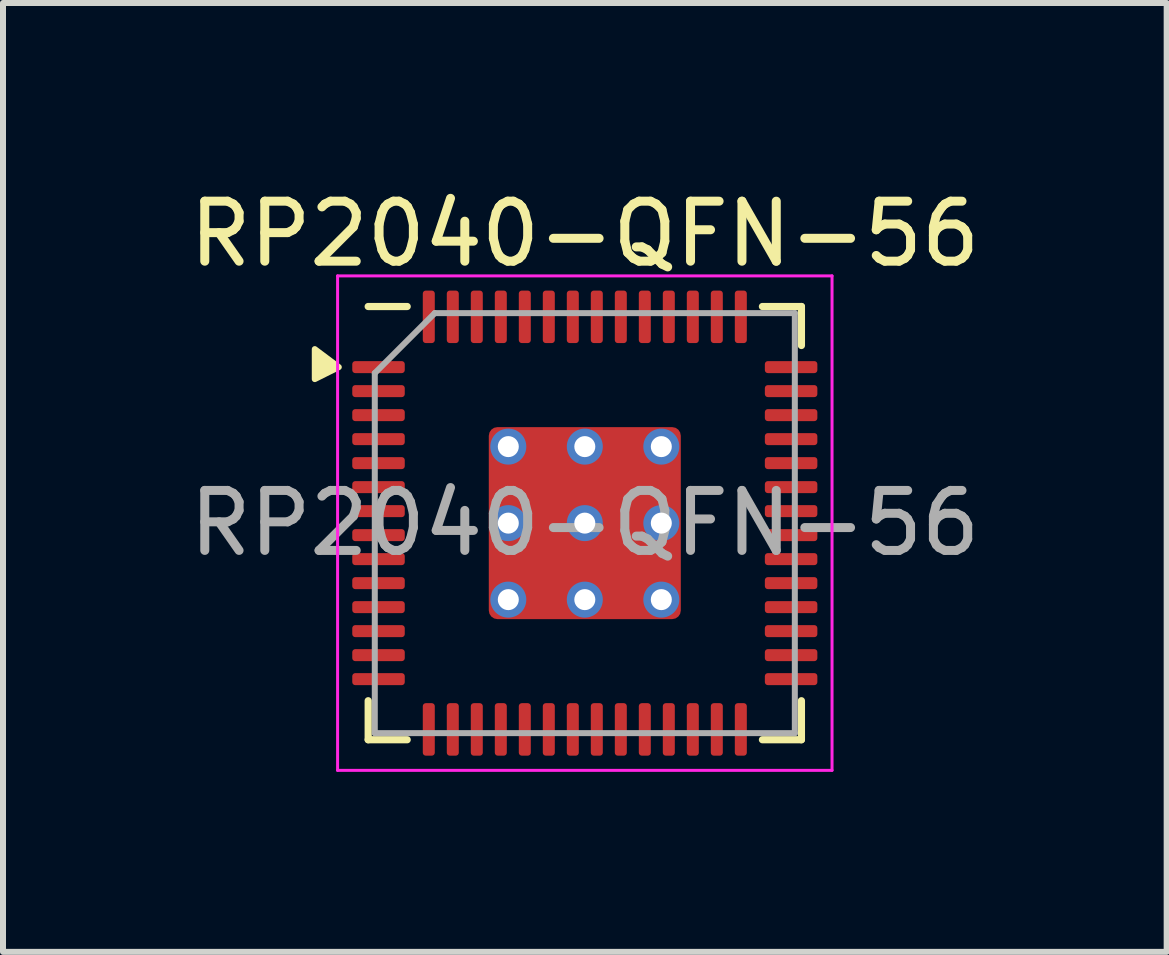
<source format=kicad_pcb>
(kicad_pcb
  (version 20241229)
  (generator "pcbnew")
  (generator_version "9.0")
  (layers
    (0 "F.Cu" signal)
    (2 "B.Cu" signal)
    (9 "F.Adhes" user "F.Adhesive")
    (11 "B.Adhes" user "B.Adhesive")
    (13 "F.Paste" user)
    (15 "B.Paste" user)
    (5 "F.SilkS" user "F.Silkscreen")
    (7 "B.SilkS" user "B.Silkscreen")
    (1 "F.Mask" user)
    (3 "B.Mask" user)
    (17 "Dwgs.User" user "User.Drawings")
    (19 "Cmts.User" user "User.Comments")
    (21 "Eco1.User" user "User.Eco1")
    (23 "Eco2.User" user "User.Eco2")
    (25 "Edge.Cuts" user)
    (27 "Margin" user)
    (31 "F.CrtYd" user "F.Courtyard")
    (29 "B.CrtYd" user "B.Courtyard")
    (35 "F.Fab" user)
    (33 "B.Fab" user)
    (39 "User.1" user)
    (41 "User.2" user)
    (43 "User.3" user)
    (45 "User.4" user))
  (footprint "RP2040-QFN-56"
    (layer "F.Cu")
    (at 6.696 5.668)
    (property "Reference" "RP2040-QFN-56" (at 0 -4.82 0) (layer "F.SilkS") (effects (font (size 1 1) (thickness 0.15))))
    (attr smd)
    (fp_line (start -3.61 3.61) (end -3.61 2.96) (stroke (width 0.12) (type solid)) (layer "F.SilkS"))
    (fp_line (start -2.96 -3.61) (end -3.61 -3.61) (stroke (width 0.12) (type solid)) (layer "F.SilkS"))
    (fp_line (start -2.96 3.61) (end -3.61 3.61) (stroke (width 0.12) (type solid)) (layer "F.SilkS"))
    (fp_line (start 2.96 -3.61) (end 3.61 -3.61) (stroke (width 0.12) (type solid)) (layer "F.SilkS"))
    (fp_line (start 2.96 3.61) (end 3.61 3.61) (stroke (width 0.12) (type solid)) (layer "F.SilkS"))
    (fp_line (start 3.61 -3.61) (end 3.61 -2.96) (stroke (width 0.12) (type solid)) (layer "F.SilkS"))
    (fp_line (start 3.61 3.61) (end 3.61 2.96) (stroke (width 0.12) (type solid)) (layer "F.SilkS"))
    (fp_poly (pts (xy -4.5 -2.9) (xy -4.5 -2.4) (xy -4.1 -2.6)) (stroke (width 0.1) (type solid)) (fill yes) (layer "F.SilkS"))
    (fp_line (start -4.12 -4.12) (end -4.12 4.12) (stroke (width 0.05) (type solid)) (layer "F.CrtYd"))
    (fp_line (start -4.12 4.12) (end 4.12 4.12) (stroke (width 0.05) (type solid)) (layer "F.CrtYd"))
    (fp_line (start 4.12 -4.12) (end -4.12 -4.12) (stroke (width 0.05) (type solid)) (layer "F.CrtYd"))
    (fp_line (start 4.12 4.12) (end 4.12 -4.12) (stroke (width 0.05) (type solid)) (layer "F.CrtYd"))
    (fp_line (start -3.5 -2.5) (end -2.5 -3.5) (stroke (width 0.1) (type solid)) (layer "F.Fab"))
    (fp_line (start -3.5 3.5) (end -3.5 -2.5) (stroke (width 0.1) (type solid)) (layer "F.Fab"))
    (fp_line (start -2.5 -3.5) (end 3.5 -3.5) (stroke (width 0.1) (type solid)) (layer "F.Fab"))
    (fp_line (start 3.5 -3.5) (end 3.5 3.5) (stroke (width 0.1) (type solid)) (layer "F.Fab"))
    (fp_line (start 3.5 3.5) (end -3.5 3.5) (stroke (width 0.1) (type solid)) (layer "F.Fab"))
    (fp_text user "${REFERENCE}" (at 0 0 0) (layer "F.Fab") (effects (font (size 1 1) (thickness 0.15))))
    (pad "" smd roundrect (at -0.637 -0.637) (size 1.084 1.084) (layers "F.Paste") (roundrect_rratio 0.231))
    (pad "" smd roundrect (at -0.637 0.637) (size 1.084 1.084) (layers "F.Paste") (roundrect_rratio 0.231))
    (pad "" smd roundrect (at 0.637 -0.637) (size 1.084 1.084) (layers "F.Paste") (roundrect_rratio 0.231))
    (pad "" smd roundrect (at 0.637 0.637) (size 1.084 1.084) (layers "F.Paste") (roundrect_rratio 0.231))
    (pad "1" smd roundrect (at -3.438 -2.6) (size 0.875 0.2) (layers "F.Cu" "F.Mask" "F.Paste") (roundrect_rratio 0.25))
    (pad "2" smd roundrect (at -3.438 -2.2) (size 0.875 0.2) (layers "F.Cu" "F.Mask" "F.Paste") (roundrect_rratio 0.25))
    (pad "3" smd roundrect (at -3.438 -1.8) (size 0.875 0.2) (layers "F.Cu" "F.Mask" "F.Paste") (roundrect_rratio 0.25))
    (pad "4" smd roundrect (at -3.438 -1.4) (size 0.875 0.2) (layers "F.Cu" "F.Mask" "F.Paste") (roundrect_rratio 0.25))
    (pad "5" smd roundrect (at -3.438 -1) (size 0.875 0.2) (layers "F.Cu" "F.Mask" "F.Paste") (roundrect_rratio 0.25))
    (pad "6" smd roundrect (at -3.438 -0.6) (size 0.875 0.2) (layers "F.Cu" "F.Mask" "F.Paste") (roundrect_rratio 0.25))
    (pad "7" smd roundrect (at -3.438 -0.2) (size 0.875 0.2) (layers "F.Cu" "F.Mask" "F.Paste") (roundrect_rratio 0.25))
    (pad "8" smd roundrect (at -3.438 0.2) (size 0.875 0.2) (layers "F.Cu" "F.Mask" "F.Paste") (roundrect_rratio 0.25))
    (pad "9" smd roundrect (at -3.438 0.6) (size 0.875 0.2) (layers "F.Cu" "F.Mask" "F.Paste") (roundrect_rratio 0.25))
    (pad "10" smd roundrect (at -3.438 1) (size 0.875 0.2) (layers "F.Cu" "F.Mask" "F.Paste") (roundrect_rratio 0.25))
    (pad "11" smd roundrect (at -3.438 1.4) (size 0.875 0.2) (layers "F.Cu" "F.Mask" "F.Paste") (roundrect_rratio 0.25))
    (pad "12" smd roundrect (at -3.438 1.8) (size 0.875 0.2) (layers "F.Cu" "F.Mask" "F.Paste") (roundrect_rratio 0.25))
    (pad "13" smd roundrect (at -3.438 2.2) (size 0.875 0.2) (layers "F.Cu" "F.Mask" "F.Paste") (roundrect_rratio 0.25))
    (pad "14" smd roundrect (at -3.438 2.6) (size 0.875 0.2) (layers "F.Cu" "F.Mask" "F.Paste") (roundrect_rratio 0.25))
    (pad "15" smd roundrect (at -2.6 3.438) (size 0.2 0.875) (layers "F.Cu" "F.Mask" "F.Paste") (roundrect_rratio 0.25))
    (pad "16" smd roundrect (at -2.2 3.438) (size 0.2 0.875) (layers "F.Cu" "F.Mask" "F.Paste") (roundrect_rratio 0.25))
    (pad "17" smd roundrect (at -1.8 3.438) (size 0.2 0.875) (layers "F.Cu" "F.Mask" "F.Paste") (roundrect_rratio 0.25))
    (pad "18" smd roundrect (at -1.4 3.438) (size 0.2 0.875) (layers "F.Cu" "F.Mask" "F.Paste") (roundrect_rratio 0.25))
    (pad "19" smd roundrect (at -1 3.438) (size 0.2 0.875) (layers "F.Cu" "F.Mask" "F.Paste") (roundrect_rratio 0.25))
    (pad "20" smd roundrect (at -0.6 3.438) (size 0.2 0.875) (layers "F.Cu" "F.Mask" "F.Paste") (roundrect_rratio 0.25))
    (pad "21" smd roundrect (at -0.2 3.438) (size 0.2 0.875) (layers "F.Cu" "F.Mask" "F.Paste") (roundrect_rratio 0.25))
    (pad "22" smd roundrect (at 0.2 3.438) (size 0.2 0.875) (layers "F.Cu" "F.Mask" "F.Paste") (roundrect_rratio 0.25))
    (pad "23" smd roundrect (at 0.6 3.438) (size 0.2 0.875) (layers "F.Cu" "F.Mask" "F.Paste") (roundrect_rratio 0.25))
    (pad "24" smd roundrect (at 1 3.438) (size 0.2 0.875) (layers "F.Cu" "F.Mask" "F.Paste") (roundrect_rratio 0.25))
    (pad "25" smd roundrect (at 1.4 3.438) (size 0.2 0.875) (layers "F.Cu" "F.Mask" "F.Paste") (roundrect_rratio 0.25))
    (pad "26" smd roundrect (at 1.8 3.438) (size 0.2 0.875) (layers "F.Cu" "F.Mask" "F.Paste") (roundrect_rratio 0.25))
    (pad "27" smd roundrect (at 2.2 3.438) (size 0.2 0.875) (layers "F.Cu" "F.Mask" "F.Paste") (roundrect_rratio 0.25))
    (pad "28" smd roundrect (at 2.6 3.438) (size 0.2 0.875) (layers "F.Cu" "F.Mask" "F.Paste") (roundrect_rratio 0.25))
    (pad "29" smd roundrect (at 3.438 2.6) (size 0.875 0.2) (layers "F.Cu" "F.Mask" "F.Paste") (roundrect_rratio 0.25))
    (pad "30" smd roundrect (at 3.438 2.2) (size 0.875 0.2) (layers "F.Cu" "F.Mask" "F.Paste") (roundrect_rratio 0.25))
    (pad "31" smd roundrect (at 3.438 1.8) (size 0.875 0.2) (layers "F.Cu" "F.Mask" "F.Paste") (roundrect_rratio 0.25))
    (pad "32" smd roundrect (at 3.438 1.4) (size 0.875 0.2) (layers "F.Cu" "F.Mask" "F.Paste") (roundrect_rratio 0.25))
    (pad "33" smd roundrect (at 3.438 1) (size 0.875 0.2) (layers "F.Cu" "F.Mask" "F.Paste") (roundrect_rratio 0.25))
    (pad "34" smd roundrect (at 3.438 0.6) (size 0.875 0.2) (layers "F.Cu" "F.Mask" "F.Paste") (roundrect_rratio 0.25))
    (pad "35" smd roundrect (at 3.438 0.2) (size 0.875 0.2) (layers "F.Cu" "F.Mask" "F.Paste") (roundrect_rratio 0.25))
    (pad "36" smd roundrect (at 3.438 -0.2) (size 0.875 0.2) (layers "F.Cu" "F.Mask" "F.Paste") (roundrect_rratio 0.25))
    (pad "37" smd roundrect (at 3.438 -0.6) (size 0.875 0.2) (layers "F.Cu" "F.Mask" "F.Paste") (roundrect_rratio 0.25))
    (pad "38" smd roundrect (at 3.438 -1) (size 0.875 0.2) (layers "F.Cu" "F.Mask" "F.Paste") (roundrect_rratio 0.25))
    (pad "39" smd roundrect (at 3.438 -1.4) (size 0.875 0.2) (layers "F.Cu" "F.Mask" "F.Paste") (roundrect_rratio 0.25))
    (pad "40" smd roundrect (at 3.438 -1.8) (size 0.875 0.2) (layers "F.Cu" "F.Mask" "F.Paste") (roundrect_rratio 0.25))
    (pad "41" smd roundrect (at 3.438 -2.2) (size 0.875 0.2) (layers "F.Cu" "F.Mask" "F.Paste") (roundrect_rratio 0.25))
    (pad "42" smd roundrect (at 3.438 -2.6) (size 0.875 0.2) (layers "F.Cu" "F.Mask" "F.Paste") (roundrect_rratio 0.25))
    (pad "43" smd roundrect (at 2.6 -3.438) (size 0.2 0.875) (layers "F.Cu" "F.Mask" "F.Paste") (roundrect_rratio 0.25))
    (pad "44" smd roundrect (at 2.2 -3.438) (size 0.2 0.875) (layers "F.Cu" "F.Mask" "F.Paste") (roundrect_rratio 0.25))
    (pad "45" smd roundrect (at 1.8 -3.438) (size 0.2 0.875) (layers "F.Cu" "F.Mask" "F.Paste") (roundrect_rratio 0.25))
    (pad "46" smd roundrect (at 1.4 -3.438) (size 0.2 0.875) (layers "F.Cu" "F.Mask" "F.Paste") (roundrect_rratio 0.25))
    (pad "47" smd roundrect (at 1 -3.438) (size 0.2 0.875) (layers "F.Cu" "F.Mask" "F.Paste") (roundrect_rratio 0.25))
    (pad "48" smd roundrect (at 0.6 -3.438) (size 0.2 0.875) (layers "F.Cu" "F.Mask" "F.Paste") (roundrect_rratio 0.25))
    (pad "49" smd roundrect (at 0.2 -3.438) (size 0.2 0.875) (layers "F.Cu" "F.Mask" "F.Paste") (roundrect_rratio 0.25))
    (pad "50" smd roundrect (at -0.2 -3.438) (size 0.2 0.875) (layers "F.Cu" "F.Mask" "F.Paste") (roundrect_rratio 0.25))
    (pad "51" smd roundrect (at -0.6 -3.438) (size 0.2 0.875) (layers "F.Cu" "F.Mask" "F.Paste") (roundrect_rratio 0.25))
    (pad "52" smd roundrect (at -1 -3.438) (size 0.2 0.875) (layers "F.Cu" "F.Mask" "F.Paste") (roundrect_rratio 0.25))
    (pad "53" smd roundrect (at -1.4 -3.438) (size 0.2 0.875) (layers "F.Cu" "F.Mask" "F.Paste") (roundrect_rratio 0.25))
    (pad "54" smd roundrect (at -1.8 -3.438) (size 0.2 0.875) (layers "F.Cu" "F.Mask" "F.Paste") (roundrect_rratio 0.25))
    (pad "55" smd roundrect (at -2.2 -3.438) (size 0.2 0.875) (layers "F.Cu" "F.Mask" "F.Paste") (roundrect_rratio 0.25))
    (pad "56" smd roundrect (at -2.6 -3.438) (size 0.2 0.875) (layers "F.Cu" "F.Mask" "F.Paste") (roundrect_rratio 0.25))
    (pad "57" thru_hole circle (at -1.275 -1.275) (size 0.6 0.6) (drill 0.35) (layers "*.Cu"))
    (pad "57" thru_hole circle (at -1.275 0) (size 0.6 0.6) (drill 0.35) (layers "*.Cu"))
    (pad "57" thru_hole circle (at -1.275 1.275) (size 0.6 0.6) (drill 0.35) (layers "*.Cu"))
    (pad "57" thru_hole circle (at 0 -1.275) (size 0.6 0.6) (drill 0.35) (layers "*.Cu"))
    (pad "57" thru_hole circle (at 0 0) (size 0.6 0.6) (drill 0.35) (layers "*.Cu"))
    (pad "57" smd roundrect (at 0 0) (size 3.2 3.2) (layers "F.Cu" "F.Mask") (roundrect_rratio 0.045))
    (pad "57" thru_hole circle (at 0 1.275) (size 0.6 0.6) (drill 0.35) (layers "*.Cu"))
    (pad "57" thru_hole circle (at 1.275 -1.275) (size 0.6 0.6) (drill 0.35) (layers "*.Cu"))
    (pad "57" thru_hole circle (at 1.275 0) (size 0.6 0.6) (drill 0.35) (layers "*.Cu"))
    (pad "57" thru_hole circle (at 1.275 1.275) (size 0.6 0.6) (drill 0.35) (layers "*.Cu")))
  (gr_rect
    (start -3 -3)
    (end 16.393 12.813)
    (stroke (width 0.1) (type default))
    (fill no)
    (layer "Edge.Cuts")))
</source>
